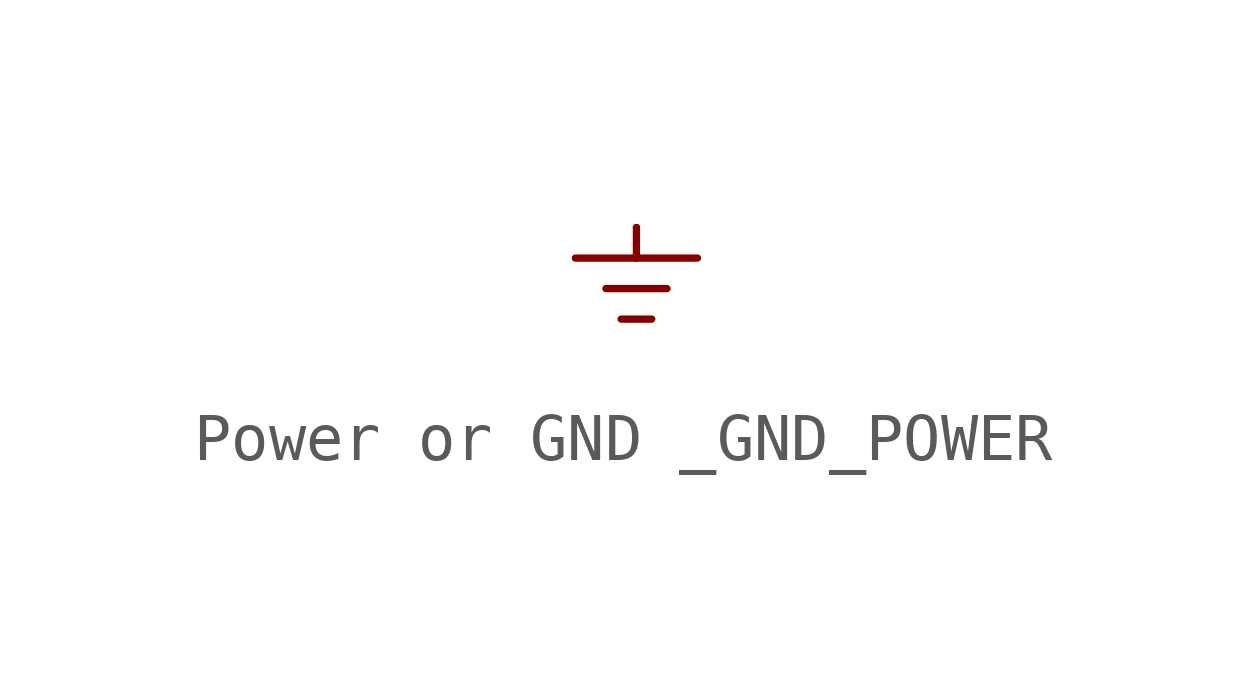
<source format=kicad_sym>
(kicad_symbol_lib
  (version 20231120)
  (generator "kicad_symbol_editor")
  (generator_version "8.0")
  (symbol "Power or GND _GND_POWER"
    (power)
    (property "Reference" ""
      (at 0 0 0)
      (effects (font (size 1.27 1.27)) (hide yes)))
    (property "Value" ""
      (at -1.905 -3.175 0)
      (effects (font (size 0.813 0.691)) (justify left bottom)))
    (property "ki_locked" ""
      (at 0 0 0)
      (effects (font (size 1.27 1.27))))
    (symbol "Power or GND _GND_POWER_1_0"
      (polyline (pts (xy -1.27 -0.635) (xy 0 -0.635)) (stroke (width 0.152) (type solid)) (fill (type none)))
      (polyline (pts (xy -0.635 -1.27) (xy 0.635 -1.27)) (stroke (width 0.152) (type solid)) (fill (type none)))
      (polyline (pts (xy -0.318 -1.905) (xy 0.318 -1.905)) (stroke (width 0.152) (type solid)) (fill (type none)))
      (polyline (pts (xy 0 -0.635) (xy 1.27 -0.635)) (stroke (width 0.152) (type solid)) (fill (type none)))
      (polyline (pts (xy 0 0) (xy 0 -0.635)) (stroke (width 0.152) (type solid)) (fill (type none)))
      (pin power_in line (at 0 0 270) (length 0) (name "GND" (effects (font (size 0 0)))) (number "1" (effects (font (size 0 0))))))))
</source>
